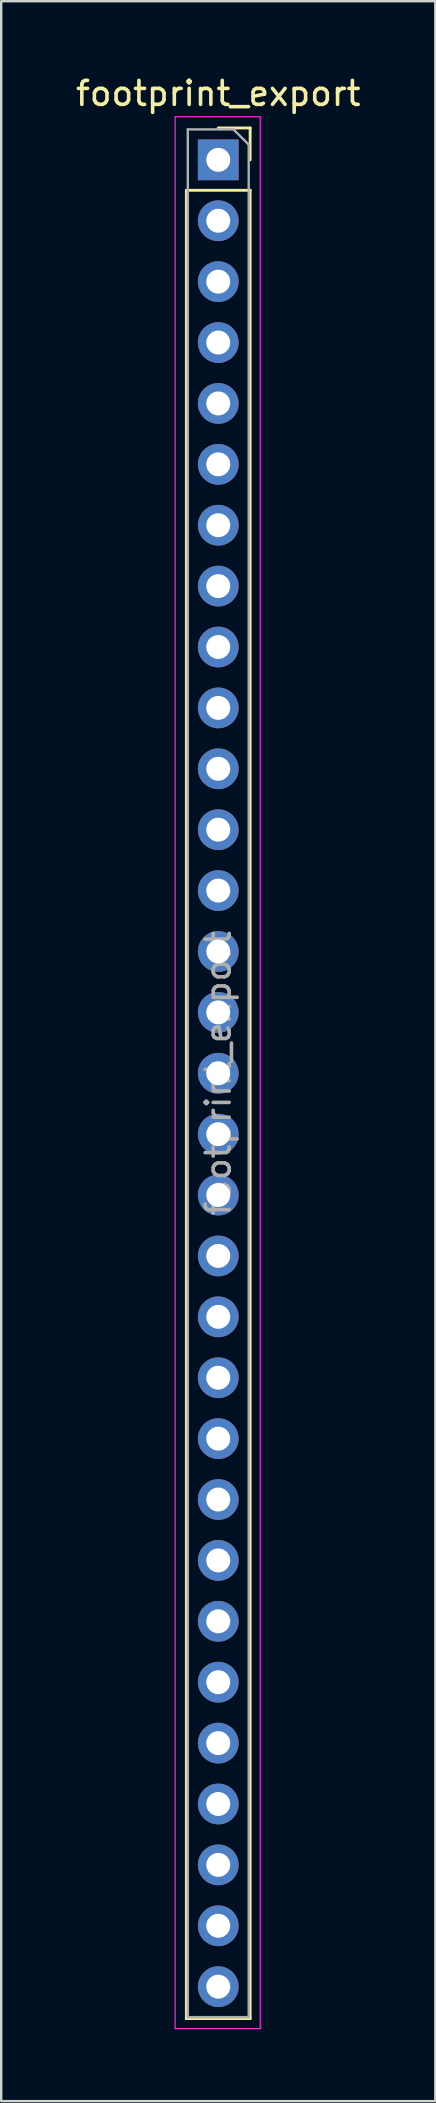
<source format=kicad_pcb>
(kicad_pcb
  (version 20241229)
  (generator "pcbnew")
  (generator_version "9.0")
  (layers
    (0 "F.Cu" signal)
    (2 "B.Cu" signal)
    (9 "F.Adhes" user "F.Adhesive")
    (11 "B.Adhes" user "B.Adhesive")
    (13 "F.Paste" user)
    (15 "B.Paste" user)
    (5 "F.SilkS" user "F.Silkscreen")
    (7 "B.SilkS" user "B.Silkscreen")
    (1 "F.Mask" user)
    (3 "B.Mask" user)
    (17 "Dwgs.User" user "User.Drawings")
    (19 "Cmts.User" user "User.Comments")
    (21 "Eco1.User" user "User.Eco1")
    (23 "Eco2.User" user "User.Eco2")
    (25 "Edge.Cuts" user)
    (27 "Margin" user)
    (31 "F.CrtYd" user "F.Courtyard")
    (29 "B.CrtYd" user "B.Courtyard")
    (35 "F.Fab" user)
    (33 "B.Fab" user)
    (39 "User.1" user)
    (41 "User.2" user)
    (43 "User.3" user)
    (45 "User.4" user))
  (footprint "footprint_export"
    (layer "F.Cu")
    (at 6.054 3.618)
    (property "Reference" "footprint_export" (at 0 -2.77 0) (layer "F.SilkS") (effects (font (size 1 1) (thickness 0.15))))
    (attr through_hole)
    (fp_line (start -1.33 1.27) (end -1.33 77.53) (stroke (width 0.12) (type solid)) (layer "F.SilkS"))
    (fp_line (start -1.33 1.27) (end 1.33 1.27) (stroke (width 0.12) (type solid)) (layer "F.SilkS"))
    (fp_line (start -1.33 77.53) (end 1.33 77.53) (stroke (width 0.12) (type solid)) (layer "F.SilkS"))
    (fp_line (start 0 -1.33) (end 1.33 -1.33) (stroke (width 0.12) (type solid)) (layer "F.SilkS"))
    (fp_line (start 1.33 -1.33) (end 1.33 0) (stroke (width 0.12) (type solid)) (layer "F.SilkS"))
    (fp_line (start 1.33 1.27) (end 1.33 77.53) (stroke (width 0.12) (type solid)) (layer "F.SilkS"))
    (fp_line (start -1.8 -1.8) (end 1.75 -1.8) (stroke (width 0.05) (type solid)) (layer "F.CrtYd"))
    (fp_line (start -1.8 77.95) (end -1.8 -1.8) (stroke (width 0.05) (type solid)) (layer "F.CrtYd"))
    (fp_line (start 1.75 -1.8) (end 1.75 77.95) (stroke (width 0.05) (type solid)) (layer "F.CrtYd"))
    (fp_line (start 1.75 77.95) (end -1.8 77.95) (stroke (width 0.05) (type solid)) (layer "F.CrtYd"))
    (fp_line (start -1.27 -1.27) (end 0.635 -1.27) (stroke (width 0.1) (type solid)) (layer "F.Fab"))
    (fp_line (start -1.27 77.47) (end -1.27 -1.27) (stroke (width 0.1) (type solid)) (layer "F.Fab"))
    (fp_line (start 0.635 -1.27) (end 1.27 -0.635) (stroke (width 0.1) (type solid)) (layer "F.Fab"))
    (fp_line (start 1.27 -0.635) (end 1.27 77.47) (stroke (width 0.1) (type solid)) (layer "F.Fab"))
    (fp_line (start 1.27 77.47) (end -1.27 77.47) (stroke (width 0.1) (type solid)) (layer "F.Fab"))
    (fp_text user "${REFERENCE}" (at 0 38.1 90) (layer "F.Fab") (effects (font (size 1 1) (thickness 0.15))))
    (pad "1" thru_hole rect (at 0 0) (size 1.7 1.7) (drill 1) (layers "*.Cu" "*.Mask"))
    (pad "2" thru_hole oval (at 0 2.54) (size 1.7 1.7) (drill 1) (layers "*.Cu" "*.Mask"))
    (pad "3" thru_hole oval (at 0 5.08) (size 1.7 1.7) (drill 1) (layers "*.Cu" "*.Mask"))
    (pad "4" thru_hole oval (at 0 7.62) (size 1.7 1.7) (drill 1) (layers "*.Cu" "*.Mask"))
    (pad "5" thru_hole oval (at 0 10.16) (size 1.7 1.7) (drill 1) (layers "*.Cu" "*.Mask"))
    (pad "6" thru_hole oval (at 0 12.7) (size 1.7 1.7) (drill 1) (layers "*.Cu" "*.Mask"))
    (pad "7" thru_hole oval (at 0 15.24) (size 1.7 1.7) (drill 1) (layers "*.Cu" "*.Mask"))
    (pad "8" thru_hole oval (at 0 17.78) (size 1.7 1.7) (drill 1) (layers "*.Cu" "*.Mask"))
    (pad "9" thru_hole oval (at 0 20.32) (size 1.7 1.7) (drill 1) (layers "*.Cu" "*.Mask"))
    (pad "10" thru_hole oval (at 0 22.86) (size 1.7 1.7) (drill 1) (layers "*.Cu" "*.Mask"))
    (pad "11" thru_hole oval (at 0 25.4) (size 1.7 1.7) (drill 1) (layers "*.Cu" "*.Mask"))
    (pad "12" thru_hole oval (at 0 27.94) (size 1.7 1.7) (drill 1) (layers "*.Cu" "*.Mask"))
    (pad "13" thru_hole oval (at 0 30.48) (size 1.7 1.7) (drill 1) (layers "*.Cu" "*.Mask"))
    (pad "14" thru_hole oval (at 0 33.02) (size 1.7 1.7) (drill 1) (layers "*.Cu" "*.Mask"))
    (pad "15" thru_hole oval (at 0 35.56) (size 1.7 1.7) (drill 1) (layers "*.Cu" "*.Mask"))
    (pad "16" thru_hole oval (at 0 38.1) (size 1.7 1.7) (drill 1) (layers "*.Cu" "*.Mask"))
    (pad "17" thru_hole oval (at 0 40.64) (size 1.7 1.7) (drill 1) (layers "*.Cu" "*.Mask"))
    (pad "18" thru_hole oval (at 0 43.18) (size 1.7 1.7) (drill 1) (layers "*.Cu" "*.Mask"))
    (pad "19" thru_hole oval (at 0 45.72) (size 1.7 1.7) (drill 1) (layers "*.Cu" "*.Mask"))
    (pad "20" thru_hole oval (at 0 48.26) (size 1.7 1.7) (drill 1) (layers "*.Cu" "*.Mask"))
    (pad "21" thru_hole oval (at 0 50.8) (size 1.7 1.7) (drill 1) (layers "*.Cu" "*.Mask"))
    (pad "22" thru_hole oval (at 0 53.34) (size 1.7 1.7) (drill 1) (layers "*.Cu" "*.Mask"))
    (pad "23" thru_hole oval (at 0 55.88) (size 1.7 1.7) (drill 1) (layers "*.Cu" "*.Mask"))
    (pad "24" thru_hole oval (at 0 58.42) (size 1.7 1.7) (drill 1) (layers "*.Cu" "*.Mask"))
    (pad "25" thru_hole oval (at 0 60.96) (size 1.7 1.7) (drill 1) (layers "*.Cu" "*.Mask"))
    (pad "26" thru_hole oval (at 0 63.5) (size 1.7 1.7) (drill 1) (layers "*.Cu" "*.Mask"))
    (pad "27" thru_hole oval (at 0 66.04) (size 1.7 1.7) (drill 1) (layers "*.Cu" "*.Mask"))
    (pad "28" thru_hole oval (at 0 68.58) (size 1.7 1.7) (drill 1) (layers "*.Cu" "*.Mask"))
    (pad "29" thru_hole oval (at 0 71.12) (size 1.7 1.7) (drill 1) (layers "*.Cu" "*.Mask"))
    (pad "30" thru_hole oval (at 0 73.66) (size 1.7 1.7) (drill 1) (layers "*.Cu" "*.Mask"))
    (pad "31" thru_hole oval (at 0 76.2) (size 1.7 1.7) (drill 1) (layers "*.Cu" "*.Mask")))
  (gr_rect
    (start -3 -3)
    (end 15.107 84.593)
    (stroke (width 0.1) (type default))
    (fill no)
    (layer "Edge.Cuts")))
</source>
